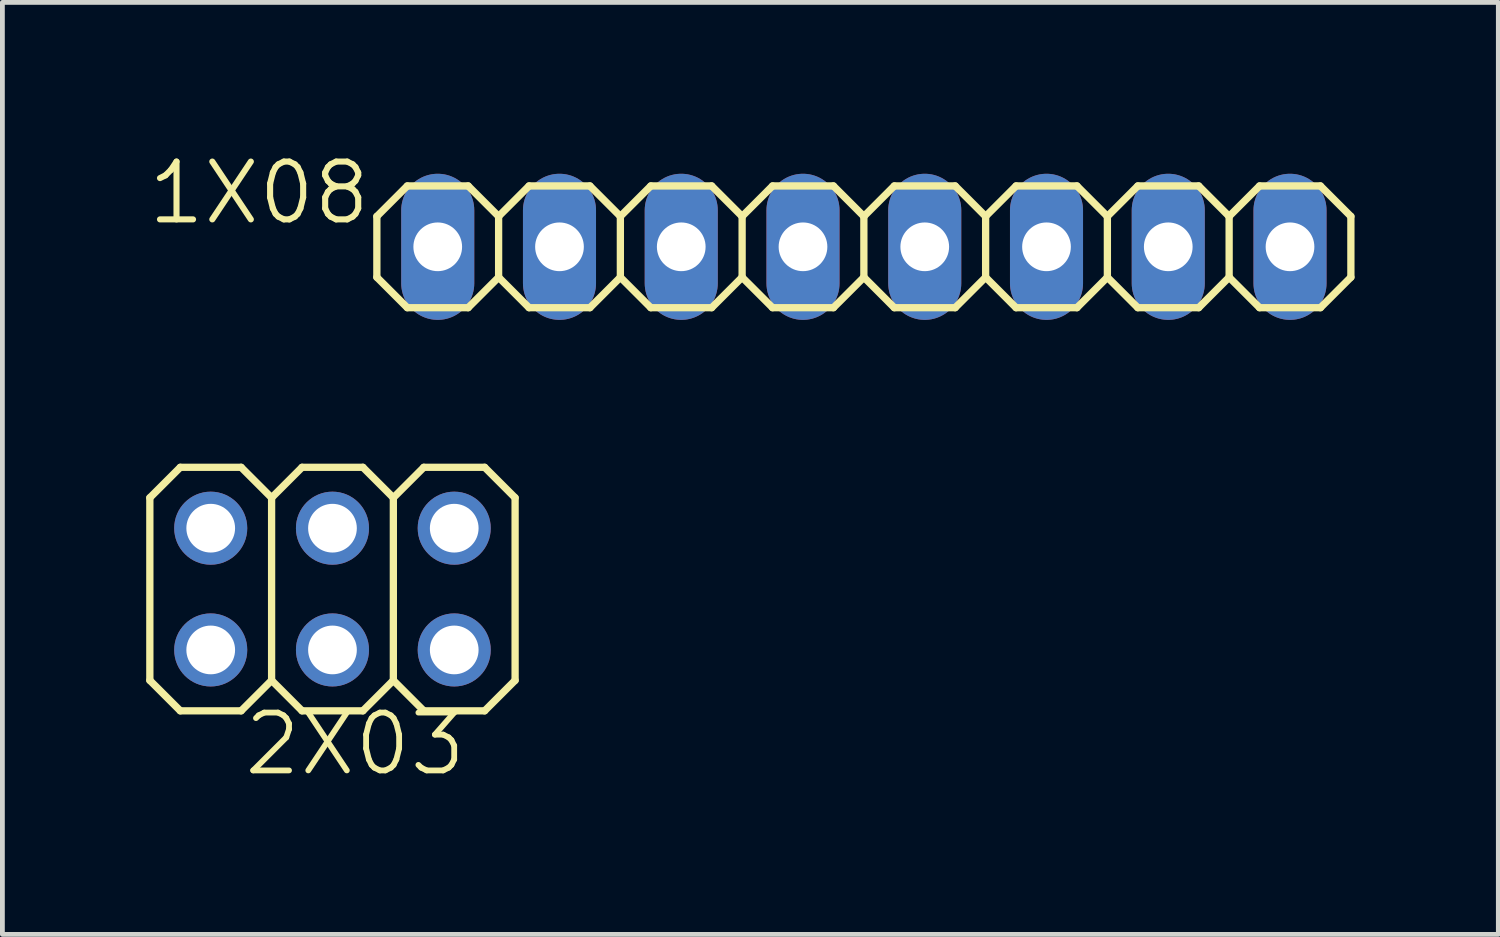
<source format=kicad_pcb>
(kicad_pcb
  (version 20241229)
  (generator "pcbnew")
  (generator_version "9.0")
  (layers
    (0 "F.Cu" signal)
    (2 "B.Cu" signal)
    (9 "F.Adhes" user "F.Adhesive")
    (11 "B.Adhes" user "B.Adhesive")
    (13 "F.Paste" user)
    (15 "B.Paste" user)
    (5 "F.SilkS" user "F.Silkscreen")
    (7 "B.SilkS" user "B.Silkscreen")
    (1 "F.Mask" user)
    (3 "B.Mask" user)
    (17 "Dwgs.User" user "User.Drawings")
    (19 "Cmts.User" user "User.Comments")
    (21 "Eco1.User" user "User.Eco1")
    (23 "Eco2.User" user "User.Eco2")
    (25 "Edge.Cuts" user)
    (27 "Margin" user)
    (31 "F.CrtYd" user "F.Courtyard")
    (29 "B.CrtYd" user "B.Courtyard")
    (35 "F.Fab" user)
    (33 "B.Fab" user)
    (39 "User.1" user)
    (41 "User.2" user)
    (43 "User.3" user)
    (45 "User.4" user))
  (footprint "1X08"
    (layer "F.Cu")
    (at 14.972 2.099)
    (property "Reference" "1X08" (at -10.236 -1.829 0) (layer "F.SilkS") (effects (font (size 1.206 1.206) (thickness 0.127)) (justify right top)))
    (attr through_hole)
    (fp_line (start -10.16 -0.635) (end -10.16 0.635) (stroke (width 0.152) (type solid)) (layer "F.SilkS"))
    (fp_line (start -10.16 0.635) (end -9.525 1.27) (stroke (width 0.152) (type solid)) (layer "F.SilkS"))
    (fp_line (start -9.525 -1.27) (end -10.16 -0.635) (stroke (width 0.152) (type solid)) (layer "F.SilkS"))
    (fp_line (start -9.525 -1.27) (end -8.255 -1.27) (stroke (width 0.152) (type solid)) (layer "F.SilkS"))
    (fp_line (start -8.255 -1.27) (end -7.62 -0.635) (stroke (width 0.152) (type solid)) (layer "F.SilkS"))
    (fp_line (start -8.255 1.27) (end -9.525 1.27) (stroke (width 0.152) (type solid)) (layer "F.SilkS"))
    (fp_line (start -7.62 -0.635) (end -7.62 0.635) (stroke (width 0.152) (type solid)) (layer "F.SilkS"))
    (fp_line (start -7.62 -0.635) (end -6.985 -1.27) (stroke (width 0.152) (type solid)) (layer "F.SilkS"))
    (fp_line (start -7.62 0.635) (end -8.255 1.27) (stroke (width 0.152) (type solid)) (layer "F.SilkS"))
    (fp_line (start -6.985 -1.27) (end -5.715 -1.27) (stroke (width 0.152) (type solid)) (layer "F.SilkS"))
    (fp_line (start -6.985 1.27) (end -7.62 0.635) (stroke (width 0.152) (type solid)) (layer "F.SilkS"))
    (fp_line (start -5.715 -1.27) (end -5.08 -0.635) (stroke (width 0.152) (type solid)) (layer "F.SilkS"))
    (fp_line (start -5.715 1.27) (end -6.985 1.27) (stroke (width 0.152) (type solid)) (layer "F.SilkS"))
    (fp_line (start -5.08 -0.635) (end -5.08 0.635) (stroke (width 0.152) (type solid)) (layer "F.SilkS"))
    (fp_line (start -5.08 -0.635) (end -4.445 -1.27) (stroke (width 0.152) (type solid)) (layer "F.SilkS"))
    (fp_line (start -5.08 0.635) (end -5.715 1.27) (stroke (width 0.152) (type solid)) (layer "F.SilkS"))
    (fp_line (start -4.445 -1.27) (end -3.175 -1.27) (stroke (width 0.152) (type solid)) (layer "F.SilkS"))
    (fp_line (start -4.445 1.27) (end -5.08 0.635) (stroke (width 0.152) (type solid)) (layer "F.SilkS"))
    (fp_line (start -3.175 -1.27) (end -2.54 -0.635) (stroke (width 0.152) (type solid)) (layer "F.SilkS"))
    (fp_line (start -3.175 1.27) (end -4.445 1.27) (stroke (width 0.152) (type solid)) (layer "F.SilkS"))
    (fp_line (start -2.54 -0.635) (end -2.54 0.635) (stroke (width 0.152) (type solid)) (layer "F.SilkS"))
    (fp_line (start -2.54 0.635) (end -3.175 1.27) (stroke (width 0.152) (type solid)) (layer "F.SilkS"))
    (fp_line (start -2.54 0.635) (end -1.905 1.27) (stroke (width 0.152) (type solid)) (layer "F.SilkS"))
    (fp_line (start -1.905 -1.27) (end -2.54 -0.635) (stroke (width 0.152) (type solid)) (layer "F.SilkS"))
    (fp_line (start -1.905 -1.27) (end -0.635 -1.27) (stroke (width 0.152) (type solid)) (layer "F.SilkS"))
    (fp_line (start -0.635 -1.27) (end 0 -0.635) (stroke (width 0.152) (type solid)) (layer "F.SilkS"))
    (fp_line (start -0.635 1.27) (end -1.905 1.27) (stroke (width 0.152) (type solid)) (layer "F.SilkS"))
    (fp_line (start 0 -0.635) (end 0 0.635) (stroke (width 0.152) (type solid)) (layer "F.SilkS"))
    (fp_line (start 0 -0.635) (end 0.635 -1.27) (stroke (width 0.152) (type solid)) (layer "F.SilkS"))
    (fp_line (start 0 0.635) (end -0.635 1.27) (stroke (width 0.152) (type solid)) (layer "F.SilkS"))
    (fp_line (start 0.635 -1.27) (end 1.905 -1.27) (stroke (width 0.152) (type solid)) (layer "F.SilkS"))
    (fp_line (start 0.635 1.27) (end 0 0.635) (stroke (width 0.152) (type solid)) (layer "F.SilkS"))
    (fp_line (start 1.905 -1.27) (end 2.54 -0.635) (stroke (width 0.152) (type solid)) (layer "F.SilkS"))
    (fp_line (start 1.905 1.27) (end 0.635 1.27) (stroke (width 0.152) (type solid)) (layer "F.SilkS"))
    (fp_line (start 2.54 -0.635) (end 2.54 0.635) (stroke (width 0.152) (type solid)) (layer "F.SilkS"))
    (fp_line (start 2.54 -0.635) (end 3.175 -1.27) (stroke (width 0.152) (type solid)) (layer "F.SilkS"))
    (fp_line (start 2.54 0.635) (end 1.905 1.27) (stroke (width 0.152) (type solid)) (layer "F.SilkS"))
    (fp_line (start 3.175 -1.27) (end 4.445 -1.27) (stroke (width 0.152) (type solid)) (layer "F.SilkS"))
    (fp_line (start 3.175 1.27) (end 2.54 0.635) (stroke (width 0.152) (type solid)) (layer "F.SilkS"))
    (fp_line (start 4.445 -1.27) (end 5.08 -0.635) (stroke (width 0.152) (type solid)) (layer "F.SilkS"))
    (fp_line (start 4.445 1.27) (end 3.175 1.27) (stroke (width 0.152) (type solid)) (layer "F.SilkS"))
    (fp_line (start 5.08 -0.635) (end 5.08 0.635) (stroke (width 0.152) (type solid)) (layer "F.SilkS"))
    (fp_line (start 5.08 0.635) (end 4.445 1.27) (stroke (width 0.152) (type solid)) (layer "F.SilkS"))
    (fp_line (start 5.08 0.635) (end 5.715 1.27) (stroke (width 0.152) (type solid)) (layer "F.SilkS"))
    (fp_line (start 5.715 -1.27) (end 5.08 -0.635) (stroke (width 0.152) (type solid)) (layer "F.SilkS"))
    (fp_line (start 5.715 -1.27) (end 6.985 -1.27) (stroke (width 0.152) (type solid)) (layer "F.SilkS"))
    (fp_line (start 6.985 -1.27) (end 7.62 -0.635) (stroke (width 0.152) (type solid)) (layer "F.SilkS"))
    (fp_line (start 6.985 1.27) (end 5.715 1.27) (stroke (width 0.152) (type solid)) (layer "F.SilkS"))
    (fp_line (start 7.62 -0.635) (end 7.62 0.635) (stroke (width 0.152) (type solid)) (layer "F.SilkS"))
    (fp_line (start 7.62 0.635) (end 6.985 1.27) (stroke (width 0.152) (type solid)) (layer "F.SilkS"))
    (fp_line (start 7.62 0.635) (end 8.255 1.27) (stroke (width 0.152) (type solid)) (layer "F.SilkS"))
    (fp_line (start 8.255 -1.27) (end 7.62 -0.635) (stroke (width 0.152) (type solid)) (layer "F.SilkS"))
    (fp_line (start 8.255 -1.27) (end 9.525 -1.27) (stroke (width 0.152) (type solid)) (layer "F.SilkS"))
    (fp_line (start 9.525 -1.27) (end 10.16 -0.635) (stroke (width 0.152) (type solid)) (layer "F.SilkS"))
    (fp_line (start 9.525 1.27) (end 8.255 1.27) (stroke (width 0.152) (type solid)) (layer "F.SilkS"))
    (fp_line (start 10.16 -0.635) (end 10.16 0.635) (stroke (width 0.152) (type solid)) (layer "F.SilkS"))
    (fp_line (start 10.16 0.635) (end 9.525 1.27) (stroke (width 0.152) (type solid)) (layer "F.SilkS"))
    (fp_poly (pts (xy -9.144 0.254) (xy -8.636 0.254) (xy -8.636 -0.254) (xy -9.144 -0.254)) (stroke (width 0.1) (type solid)) (fill no) (layer "F.Fab"))
    (fp_poly (pts (xy -6.604 0.254) (xy -6.096 0.254) (xy -6.096 -0.254) (xy -6.604 -0.254)) (stroke (width 0.1) (type solid)) (fill no) (layer "F.Fab"))
    (fp_poly (pts (xy -4.064 0.254) (xy -3.556 0.254) (xy -3.556 -0.254) (xy -4.064 -0.254)) (stroke (width 0.1) (type solid)) (fill no) (layer "F.Fab"))
    (fp_poly (pts (xy -1.524 0.254) (xy -1.016 0.254) (xy -1.016 -0.254) (xy -1.524 -0.254)) (stroke (width 0.1) (type solid)) (fill no) (layer "F.Fab"))
    (fp_poly (pts (xy 1.016 0.254) (xy 1.524 0.254) (xy 1.524 -0.254) (xy 1.016 -0.254)) (stroke (width 0.1) (type solid)) (fill no) (layer "F.Fab"))
    (fp_poly (pts (xy 3.556 0.254) (xy 4.064 0.254) (xy 4.064 -0.254) (xy 3.556 -0.254)) (stroke (width 0.1) (type solid)) (fill no) (layer "F.Fab"))
    (fp_poly (pts (xy 6.096 0.254) (xy 6.604 0.254) (xy 6.604 -0.254) (xy 6.096 -0.254)) (stroke (width 0.1) (type solid)) (fill no) (layer "F.Fab"))
    (fp_poly (pts (xy 8.636 0.254) (xy 9.144 0.254) (xy 9.144 -0.254) (xy 8.636 -0.254)) (stroke (width 0.1) (type solid)) (fill no) (layer "F.Fab"))
    (pad "1" thru_hole oval (at -8.89 0 90) (size 3.048 1.524) (drill 1.016) (layers "*.Cu" "*.Mask"))
    (pad "2" thru_hole oval (at -6.35 0 90) (size 3.048 1.524) (drill 1.016) (layers "*.Cu" "*.Mask"))
    (pad "3" thru_hole oval (at -3.81 0 90) (size 3.048 1.524) (drill 1.016) (layers "*.Cu" "*.Mask"))
    (pad "4" thru_hole oval (at -1.27 0 90) (size 3.048 1.524) (drill 1.016) (layers "*.Cu" "*.Mask"))
    (pad "5" thru_hole oval (at 1.27 0 90) (size 3.048 1.524) (drill 1.016) (layers "*.Cu" "*.Mask"))
    (pad "6" thru_hole oval (at 3.81 0 90) (size 3.048 1.524) (drill 1.016) (layers "*.Cu" "*.Mask"))
    (pad "7" thru_hole oval (at 6.35 0 90) (size 3.048 1.524) (drill 1.016) (layers "*.Cu" "*.Mask"))
    (pad "8" thru_hole oval (at 8.89 0 90) (size 3.048 1.524) (drill 1.016) (layers "*.Cu" "*.Mask")))
  (footprint "2X03"
    (layer "F.Cu")
    (at 3.886 9.239)
    (property "Reference" "2X03" (at -1.905 3.937 0) (layer "F.SilkS") (effects (font (size 1.206 1.206) (thickness 0.121)) (justify left bottom)))
    (attr through_hole)
    (fp_line (start -3.81 -1.905) (end -3.175 -2.54) (stroke (width 0.152) (type solid)) (layer "F.SilkS"))
    (fp_line (start -3.81 1.905) (end -3.81 -1.905) (stroke (width 0.152) (type solid)) (layer "F.SilkS"))
    (fp_line (start -3.81 1.905) (end -3.175 2.54) (stroke (width 0.152) (type solid)) (layer "F.SilkS"))
    (fp_line (start -3.175 -2.54) (end -1.905 -2.54) (stroke (width 0.152) (type solid)) (layer "F.SilkS"))
    (fp_line (start -3.175 2.54) (end -1.905 2.54) (stroke (width 0.152) (type solid)) (layer "F.SilkS"))
    (fp_line (start -1.905 -2.54) (end -1.27 -1.905) (stroke (width 0.152) (type solid)) (layer "F.SilkS"))
    (fp_line (start -1.905 2.54) (end -1.27 1.905) (stroke (width 0.152) (type solid)) (layer "F.SilkS"))
    (fp_line (start -1.27 -1.905) (end -1.27 1.905) (stroke (width 0.152) (type solid)) (layer "F.SilkS"))
    (fp_line (start -1.27 -1.905) (end -0.635 -2.54) (stroke (width 0.152) (type solid)) (layer "F.SilkS"))
    (fp_line (start -1.27 1.905) (end -0.635 2.54) (stroke (width 0.152) (type solid)) (layer "F.SilkS"))
    (fp_line (start -0.635 -2.54) (end 0.635 -2.54) (stroke (width 0.152) (type solid)) (layer "F.SilkS"))
    (fp_line (start -0.635 2.54) (end 0.635 2.54) (stroke (width 0.152) (type solid)) (layer "F.SilkS"))
    (fp_line (start 0.635 -2.54) (end 1.27 -1.905) (stroke (width 0.152) (type solid)) (layer "F.SilkS"))
    (fp_line (start 0.635 2.54) (end 1.27 1.905) (stroke (width 0.152) (type solid)) (layer "F.SilkS"))
    (fp_line (start 1.27 -1.905) (end 1.27 1.905) (stroke (width 0.152) (type solid)) (layer "F.SilkS"))
    (fp_line (start 1.27 -1.905) (end 1.905 -2.54) (stroke (width 0.152) (type solid)) (layer "F.SilkS"))
    (fp_line (start 1.27 1.905) (end 1.905 2.54) (stroke (width 0.152) (type solid)) (layer "F.SilkS"))
    (fp_line (start 1.905 -2.54) (end 3.175 -2.54) (stroke (width 0.152) (type solid)) (layer "F.SilkS"))
    (fp_line (start 1.905 2.54) (end 3.175 2.54) (stroke (width 0.152) (type solid)) (layer "F.SilkS"))
    (fp_line (start 3.175 -2.54) (end 3.81 -1.905) (stroke (width 0.152) (type solid)) (layer "F.SilkS"))
    (fp_line (start 3.175 2.54) (end 3.81 1.905) (stroke (width 0.152) (type solid)) (layer "F.SilkS"))
    (fp_line (start 3.81 -1.905) (end 3.81 1.905) (stroke (width 0.152) (type solid)) (layer "F.SilkS"))
    (fp_poly (pts (xy -2.794 -1.016) (xy -2.286 -1.016) (xy -2.286 -1.524) (xy -2.794 -1.524)) (stroke (width 0.1) (type solid)) (fill no) (layer "F.Fab"))
    (fp_poly (pts (xy -2.794 1.524) (xy -2.286 1.524) (xy -2.286 1.016) (xy -2.794 1.016)) (stroke (width 0.1) (type solid)) (fill no) (layer "F.Fab"))
    (fp_poly (pts (xy -0.254 -1.016) (xy 0.254 -1.016) (xy 0.254 -1.524) (xy -0.254 -1.524)) (stroke (width 0.1) (type solid)) (fill no) (layer "F.Fab"))
    (fp_poly (pts (xy -0.254 1.524) (xy 0.254 1.524) (xy 0.254 1.016) (xy -0.254 1.016)) (stroke (width 0.1) (type solid)) (fill no) (layer "F.Fab"))
    (fp_poly (pts (xy 2.286 -1.016) (xy 2.794 -1.016) (xy 2.794 -1.524) (xy 2.286 -1.524)) (stroke (width 0.1) (type solid)) (fill no) (layer "F.Fab"))
    (fp_poly (pts (xy 2.286 1.524) (xy 2.794 1.524) (xy 2.794 1.016) (xy 2.286 1.016)) (stroke (width 0.1) (type solid)) (fill no) (layer "F.Fab"))
    (pad "1" thru_hole circle (at -2.54 1.27) (size 1.524 1.524) (drill 1.016) (layers "*.Cu" "*.Mask"))
    (pad "2" thru_hole circle (at -2.54 -1.27) (size 1.524 1.524) (drill 1.016) (layers "*.Cu" "*.Mask"))
    (pad "3" thru_hole circle (at 0 1.27) (size 1.524 1.524) (drill 1.016) (layers "*.Cu" "*.Mask"))
    (pad "4" thru_hole circle (at 0 -1.27) (size 1.524 1.524) (drill 1.016) (layers "*.Cu" "*.Mask"))
    (pad "5" thru_hole circle (at 2.54 1.27) (size 1.524 1.524) (drill 1.016) (layers "*.Cu" "*.Mask"))
    (pad "6" thru_hole circle (at 2.54 -1.27) (size 1.524 1.524) (drill 1.016) (layers "*.Cu" "*.Mask")))
  (gr_rect
    (start -3 -3)
    (end 28.208 16.443)
    (stroke (width 0.1) (type default))
    (fill no)
    (layer "Edge.Cuts")))
</source>
